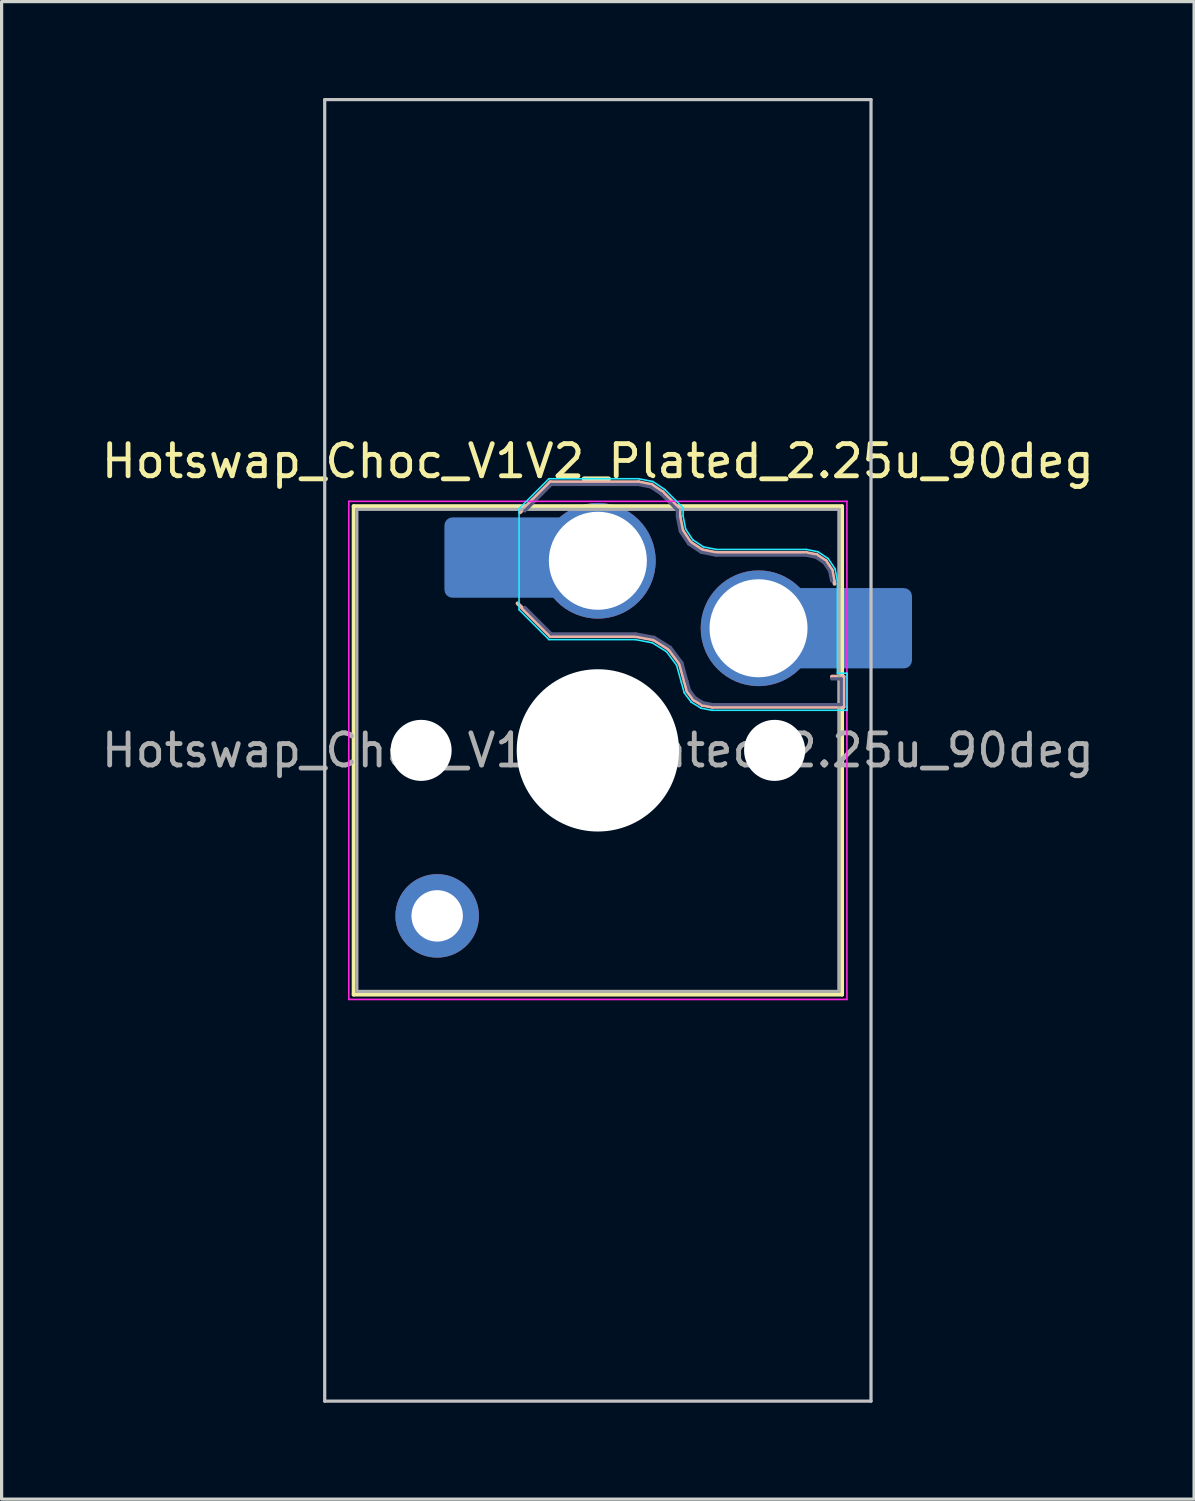
<source format=kicad_pcb>
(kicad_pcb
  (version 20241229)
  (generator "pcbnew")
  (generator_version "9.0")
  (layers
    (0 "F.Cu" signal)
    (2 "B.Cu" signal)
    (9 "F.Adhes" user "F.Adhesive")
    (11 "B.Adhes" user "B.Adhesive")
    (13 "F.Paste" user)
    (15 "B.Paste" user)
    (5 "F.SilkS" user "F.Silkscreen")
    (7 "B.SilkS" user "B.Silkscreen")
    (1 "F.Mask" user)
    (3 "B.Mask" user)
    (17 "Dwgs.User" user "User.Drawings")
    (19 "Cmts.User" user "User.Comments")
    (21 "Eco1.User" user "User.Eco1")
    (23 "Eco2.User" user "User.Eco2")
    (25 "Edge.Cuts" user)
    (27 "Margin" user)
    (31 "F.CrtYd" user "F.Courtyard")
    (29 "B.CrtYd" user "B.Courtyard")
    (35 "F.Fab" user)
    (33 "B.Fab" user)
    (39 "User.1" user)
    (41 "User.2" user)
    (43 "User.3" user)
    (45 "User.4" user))
  (footprint "Hotswap_Choc_V1V2_Plated_2.25u_90deg"
    (layer "F.Cu")
    (at 15.554 20.3)
    (property "Reference" "Hotswap_Choc_V1V2_Plated_2.25u_90deg" (at 0 -9 0) (layer "F.SilkS") (effects (font (size 1 1) (thickness 0.15))))
    (attr smd)
    (fp_line (start -7.6 -7.6) (end -7.6 7.6) (stroke (width 0.12) (type solid)) (layer "F.SilkS"))
    (fp_line (start -7.6 7.6) (end 7.6 7.6) (stroke (width 0.12) (type solid)) (layer "F.SilkS"))
    (fp_line (start 7.6 -7.6) (end -7.6 -7.6) (stroke (width 0.12) (type solid)) (layer "F.SilkS"))
    (fp_line (start 7.6 7.6) (end 7.6 -7.6) (stroke (width 0.12) (type solid)) (layer "F.SilkS"))
    (fp_line (start -2.416 -7.409) (end -1.479 -8.346) (stroke (width 0.12) (type solid)) (layer "B.SilkS"))
    (fp_line (start -1.479 -8.346) (end 1.268 -8.346) (stroke (width 0.12) (type solid)) (layer "B.SilkS"))
    (fp_line (start -1.479 -3.554) (end -2.5 -4.575) (stroke (width 0.12) (type solid)) (layer "B.SilkS"))
    (fp_line (start 1.168 -3.554) (end -1.479 -3.554) (stroke (width 0.12) (type solid)) (layer "B.SilkS"))
    (fp_line (start 1.268 -8.346) (end 1.671 -8.266) (stroke (width 0.12) (type solid)) (layer "B.SilkS"))
    (fp_line (start 1.671 -8.266) (end 2.013 -8.037) (stroke (width 0.12) (type solid)) (layer "B.SilkS"))
    (fp_line (start 1.73 -3.449) (end 1.168 -3.554) (stroke (width 0.12) (type solid)) (layer "B.SilkS"))
    (fp_line (start 2.013 -8.037) (end 2.546 -7.504) (stroke (width 0.12) (type solid)) (layer "B.SilkS"))
    (fp_line (start 2.209 -3.15) (end 1.73 -3.449) (stroke (width 0.12) (type solid)) (layer "B.SilkS"))
    (fp_line (start 2.546 -7.504) (end 2.546 -7.282) (stroke (width 0.12) (type solid)) (layer "B.SilkS"))
    (fp_line (start 2.546 -7.282) (end 2.633 -6.844) (stroke (width 0.12) (type solid)) (layer "B.SilkS"))
    (fp_line (start 2.547 -2.697) (end 2.209 -3.15) (stroke (width 0.12) (type solid)) (layer "B.SilkS"))
    (fp_line (start 2.633 -6.844) (end 2.877 -6.477) (stroke (width 0.12) (type solid)) (layer "B.SilkS"))
    (fp_line (start 2.701 -2.139) (end 2.547 -2.697) (stroke (width 0.12) (type solid)) (layer "B.SilkS"))
    (fp_line (start 2.783 -1.841) (end 2.701 -2.139) (stroke (width 0.12) (type solid)) (layer "B.SilkS"))
    (fp_line (start 2.877 -6.477) (end 3.244 -6.233) (stroke (width 0.12) (type solid)) (layer "B.SilkS"))
    (fp_line (start 2.976 -1.583) (end 2.783 -1.841) (stroke (width 0.12) (type solid)) (layer "B.SilkS"))
    (fp_line (start 3.244 -6.233) (end 3.682 -6.146) (stroke (width 0.12) (type solid)) (layer "B.SilkS"))
    (fp_line (start 3.25 -1.413) (end 2.976 -1.583) (stroke (width 0.12) (type solid)) (layer "B.SilkS"))
    (fp_line (start 3.56 -1.354) (end 3.25 -1.413) (stroke (width 0.12) (type solid)) (layer "B.SilkS"))
    (fp_line (start 3.682 -6.146) (end 6.482 -6.146) (stroke (width 0.12) (type solid)) (layer "B.SilkS"))
    (fp_line (start 6.482 -6.146) (end 6.809 -6.081) (stroke (width 0.12) (type solid)) (layer "B.SilkS"))
    (fp_line (start 6.809 -6.081) (end 7.092 -5.892) (stroke (width 0.12) (type solid)) (layer "B.SilkS"))
    (fp_line (start 7.092 -5.892) (end 7.281 -5.609) (stroke (width 0.12) (type solid)) (layer "B.SilkS"))
    (fp_line (start 7.281 -5.609) (end 7.366 -5.182) (stroke (width 0.12) (type solid)) (layer "B.SilkS"))
    (fp_line (start 7.283 -2.296) (end 7.646 -2.296) (stroke (width 0.12) (type solid)) (layer "B.SilkS"))
    (fp_line (start 7.646 -2.296) (end 7.646 -1.354) (stroke (width 0.12) (type solid)) (layer "B.SilkS"))
    (fp_line (start 7.646 -1.354) (end 3.56 -1.354) (stroke (width 0.12) (type solid)) (layer "B.SilkS"))
    (fp_line (start -8.5 -20.25) (end 8.5 -20.25) (stroke (width 0.1) (type solid)) (layer "Dwgs.User"))
    (fp_line (start -8.5 20.25) (end -8.5 -20.25) (stroke (width 0.1) (type solid)) (layer "Dwgs.User"))
    (fp_line (start 8.5 -20.25) (end 8.5 20.25) (stroke (width 0.1) (type solid)) (layer "Dwgs.User"))
    (fp_line (start 8.5 20.25) (end -8.5 20.25) (stroke (width 0.1) (type solid)) (layer "Dwgs.User"))
    (fp_line (start -7.25 -7.25) (end -7.25 7.25) (stroke (width 0.1) (type solid)) (layer "Eco1.User"))
    (fp_line (start -7.25 7.25) (end 7.25 7.25) (stroke (width 0.1) (type solid)) (layer "Eco1.User"))
    (fp_line (start 7.25 -7.25) (end -7.25 -7.25) (stroke (width 0.1) (type solid)) (layer "Eco1.User"))
    (fp_line (start 7.25 7.25) (end 7.25 -7.25) (stroke (width 0.1) (type solid)) (layer "Eco1.User"))
    (fp_line (start -2.452 -7.523) (end -1.523 -8.452) (stroke (width 0.05) (type solid)) (layer "B.CrtYd"))
    (fp_line (start -2.452 -4.377) (end -2.452 -7.523) (stroke (width 0.05) (type solid)) (layer "B.CrtYd"))
    (fp_line (start -1.523 -8.452) (end 1.278 -8.452) (stroke (width 0.05) (type solid)) (layer "B.CrtYd"))
    (fp_line (start -1.523 -3.448) (end -2.452 -4.377) (stroke (width 0.05) (type solid)) (layer "B.CrtYd"))
    (fp_line (start 1.159 -3.448) (end -1.523 -3.448) (stroke (width 0.05) (type solid)) (layer "B.CrtYd"))
    (fp_line (start 1.278 -8.452) (end 1.712 -8.366) (stroke (width 0.05) (type solid)) (layer "B.CrtYd"))
    (fp_line (start 1.691 -3.348) (end 1.159 -3.448) (stroke (width 0.05) (type solid)) (layer "B.CrtYd"))
    (fp_line (start 1.712 -8.366) (end 2.081 -8.119) (stroke (width 0.05) (type solid)) (layer "B.CrtYd"))
    (fp_line (start 2.081 -8.119) (end 2.652 -7.548) (stroke (width 0.05) (type solid)) (layer "B.CrtYd"))
    (fp_line (start 2.136 -3.071) (end 1.691 -3.348) (stroke (width 0.05) (type solid)) (layer "B.CrtYd"))
    (fp_line (start 2.45 -2.65) (end 2.136 -3.071) (stroke (width 0.05) (type solid)) (layer "B.CrtYd"))
    (fp_line (start 2.599 -2.111) (end 2.45 -2.65) (stroke (width 0.05) (type solid)) (layer "B.CrtYd"))
    (fp_line (start 2.652 -7.548) (end 2.652 -7.292) (stroke (width 0.05) (type solid)) (layer "B.CrtYd"))
    (fp_line (start 2.652 -7.292) (end 2.733 -6.885) (stroke (width 0.05) (type solid)) (layer "B.CrtYd"))
    (fp_line (start 2.687 -1.794) (end 2.599 -2.111) (stroke (width 0.05) (type solid)) (layer "B.CrtYd"))
    (fp_line (start 2.733 -6.885) (end 2.953 -6.553) (stroke (width 0.05) (type solid)) (layer "B.CrtYd"))
    (fp_line (start 2.903 -1.503) (end 2.687 -1.794) (stroke (width 0.05) (type solid)) (layer "B.CrtYd"))
    (fp_line (start 2.953 -6.553) (end 3.285 -6.333) (stroke (width 0.05) (type solid)) (layer "B.CrtYd"))
    (fp_line (start 3.211 -1.312) (end 2.903 -1.503) (stroke (width 0.05) (type solid)) (layer "B.CrtYd"))
    (fp_line (start 3.285 -6.333) (end 3.692 -6.252) (stroke (width 0.05) (type solid)) (layer "B.CrtYd"))
    (fp_line (start 3.55 -1.248) (end 3.211 -1.312) (stroke (width 0.05) (type solid)) (layer "B.CrtYd"))
    (fp_line (start 3.692 -6.252) (end 6.492 -6.252) (stroke (width 0.05) (type solid)) (layer "B.CrtYd"))
    (fp_line (start 6.492 -6.252) (end 6.85 -6.181) (stroke (width 0.05) (type solid)) (layer "B.CrtYd"))
    (fp_line (start 6.85 -6.181) (end 7.168 -5.968) (stroke (width 0.05) (type solid)) (layer "B.CrtYd"))
    (fp_line (start 7.168 -5.968) (end 7.381 -5.65) (stroke (width 0.05) (type solid)) (layer "B.CrtYd"))
    (fp_line (start 7.381 -5.65) (end 7.452 -5.292) (stroke (width 0.05) (type solid)) (layer "B.CrtYd"))
    (fp_line (start 7.452 -5.292) (end 7.452 -2.402) (stroke (width 0.05) (type solid)) (layer "B.CrtYd"))
    (fp_line (start 7.452 -2.402) (end 7.752 -2.402) (stroke (width 0.05) (type solid)) (layer "B.CrtYd"))
    (fp_line (start 7.752 -2.402) (end 7.752 -1.248) (stroke (width 0.05) (type solid)) (layer "B.CrtYd"))
    (fp_line (start 7.752 -1.248) (end 3.55 -1.248) (stroke (width 0.05) (type solid)) (layer "B.CrtYd"))
    (fp_line (start -7.75 -7.75) (end -7.75 7.75) (stroke (width 0.05) (type solid)) (layer "F.CrtYd"))
    (fp_line (start -7.75 7.75) (end 7.75 7.75) (stroke (width 0.05) (type solid)) (layer "F.CrtYd"))
    (fp_line (start 7.75 -7.75) (end -7.75 -7.75) (stroke (width 0.05) (type solid)) (layer "F.CrtYd"))
    (fp_line (start 7.75 7.75) (end 7.75 -7.75) (stroke (width 0.05) (type solid)) (layer "F.CrtYd"))
    (fp_line (start -2.275 -7.45) (end -1.45 -8.275) (stroke (width 0.1) (type solid)) (layer "B.Fab"))
    (fp_line (start -1.45 -8.275) (end 1.261 -8.275) (stroke (width 0.1) (type solid)) (layer "B.Fab"))
    (fp_line (start -1.45 -3.625) (end -2.275 -4.45) (stroke (width 0.1) (type solid)) (layer "B.Fab"))
    (fp_line (start 1.175 -3.625) (end -1.45 -3.625) (stroke (width 0.1) (type solid)) (layer "B.Fab"))
    (fp_line (start 1.261 -8.275) (end 1.643 -8.199) (stroke (width 0.1) (type solid)) (layer "B.Fab"))
    (fp_line (start 1.643 -8.199) (end 1.968 -7.982) (stroke (width 0.1) (type solid)) (layer "B.Fab"))
    (fp_line (start 1.756 -3.516) (end 1.175 -3.625) (stroke (width 0.1) (type solid)) (layer "B.Fab"))
    (fp_line (start 1.968 -7.982) (end 2.475 -7.475) (stroke (width 0.1) (type solid)) (layer "B.Fab"))
    (fp_line (start 2.258 -3.203) (end 1.756 -3.516) (stroke (width 0.1) (type solid)) (layer "B.Fab"))
    (fp_line (start 2.475 -7.475) (end 2.475 -7.275) (stroke (width 0.1) (type solid)) (layer "B.Fab"))
    (fp_line (start 2.475 -7.275) (end 2.566 -6.816) (stroke (width 0.1) (type solid)) (layer "B.Fab"))
    (fp_line (start 2.566 -6.816) (end 2.826 -6.426) (stroke (width 0.1) (type solid)) (layer "B.Fab"))
    (fp_line (start 2.612 -2.729) (end 2.258 -3.203) (stroke (width 0.1) (type solid)) (layer "B.Fab"))
    (fp_line (start 2.769 -2.158) (end 2.612 -2.729) (stroke (width 0.1) (type solid)) (layer "B.Fab"))
    (fp_line (start 2.826 -6.426) (end 3.216 -6.166) (stroke (width 0.1) (type solid)) (layer "B.Fab"))
    (fp_line (start 2.848 -1.873) (end 2.769 -2.158) (stroke (width 0.1) (type solid)) (layer "B.Fab"))
    (fp_line (start 3.025 -1.636) (end 2.848 -1.873) (stroke (width 0.1) (type solid)) (layer "B.Fab"))
    (fp_line (start 3.216 -6.166) (end 3.675 -6.075) (stroke (width 0.1) (type solid)) (layer "B.Fab"))
    (fp_line (start 3.276 -1.48) (end 3.025 -1.636) (stroke (width 0.1) (type solid)) (layer "B.Fab"))
    (fp_line (start 3.567 -1.425) (end 3.276 -1.48) (stroke (width 0.1) (type solid)) (layer "B.Fab"))
    (fp_line (start 3.675 -6.075) (end 6.475 -6.075) (stroke (width 0.1) (type solid)) (layer "B.Fab"))
    (fp_line (start 6.475 -6.075) (end 6.781 -6.014) (stroke (width 0.1) (type solid)) (layer "B.Fab"))
    (fp_line (start 6.781 -6.014) (end 7.041 -5.841) (stroke (width 0.1) (type solid)) (layer "B.Fab"))
    (fp_line (start 7.041 -5.841) (end 7.214 -5.581) (stroke (width 0.1) (type solid)) (layer "B.Fab"))
    (fp_line (start 7.214 -5.581) (end 7.275 -5.275) (stroke (width 0.1) (type solid)) (layer "B.Fab"))
    (fp_line (start 7.275 -2.225) (end 7.575 -2.225) (stroke (width 0.1) (type solid)) (layer "B.Fab"))
    (fp_line (start 7.575 -2.225) (end 7.575 -1.425) (stroke (width 0.1) (type solid)) (layer "B.Fab"))
    (fp_line (start 7.575 -1.425) (end 3.567 -1.425) (stroke (width 0.1) (type solid)) (layer "B.Fab"))
    (fp_line (start -7.5 -7.5) (end -7.5 7.5) (stroke (width 0.1) (type solid)) (layer "F.Fab"))
    (fp_line (start -7.5 7.5) (end 7.5 7.5) (stroke (width 0.1) (type solid)) (layer "F.Fab"))
    (fp_line (start 7.5 -7.5) (end -7.5 -7.5) (stroke (width 0.1) (type solid)) (layer "F.Fab"))
    (fp_line (start 7.5 7.5) (end 7.5 -7.5) (stroke (width 0.1) (type solid)) (layer "F.Fab"))
    (fp_text user "${REFERENCE}" (at 0 0 0) (layer "F.Fab") (effects (font (size 1 1) (thickness 0.15))))
    (pad "" np_thru_hole circle (at -5.5 0) (size 1.9 1.9) (drill 1.9) (layers "*.Cu" "*.Mask"))
    (pad "" thru_hole circle (at -5 5.15) (size 2.6 2.6) (drill 1.6) (layers "*.Cu" "*.Mask"))
    (pad "" smd roundrect (at -3.5 -6) (size 2.55 2.5) (layers "B.Mask" "B.Paste") (roundrect_rratio 0.1))
    (pad "" np_thru_hole circle (at 0 0) (size 5.05 5.05) (drill 5.05) (layers "*.Cu" "*.Mask"))
    (pad "" np_thru_hole circle (at 5.5 0) (size 1.9 1.9) (drill 1.9) (layers "*.Cu" "*.Mask"))
    (pad "" smd roundrect (at 8.5 -3.8) (size 2.55 2.5) (layers "B.Mask" "B.Paste") (roundrect_rratio 0.1))
    (pad "1" smd roundrect (at -2.85 -6) (size 3.85 2.5) (layers "B.Cu") (roundrect_rratio 0.1))
    (pad "1" thru_hole circle (at 0 -5.9) (size 3.6 3.6) (drill 3.05) (layers "*.Cu" "*.Mask"))
    (pad "2" thru_hole circle (at 5 -3.8) (size 3.6 3.6) (drill 3.05) (layers "*.Cu" "*.Mask"))
    (pad "2" smd roundrect (at 7.85 -3.8) (size 3.85 2.5) (layers "B.Cu") (roundrect_rratio 0.1)))
  (gr_rect
    (start -3 -3)
    (end 34.107 43.6)
    (stroke (width 0.1) (type default))
    (fill no)
    (layer "Edge.Cuts")))
</source>
